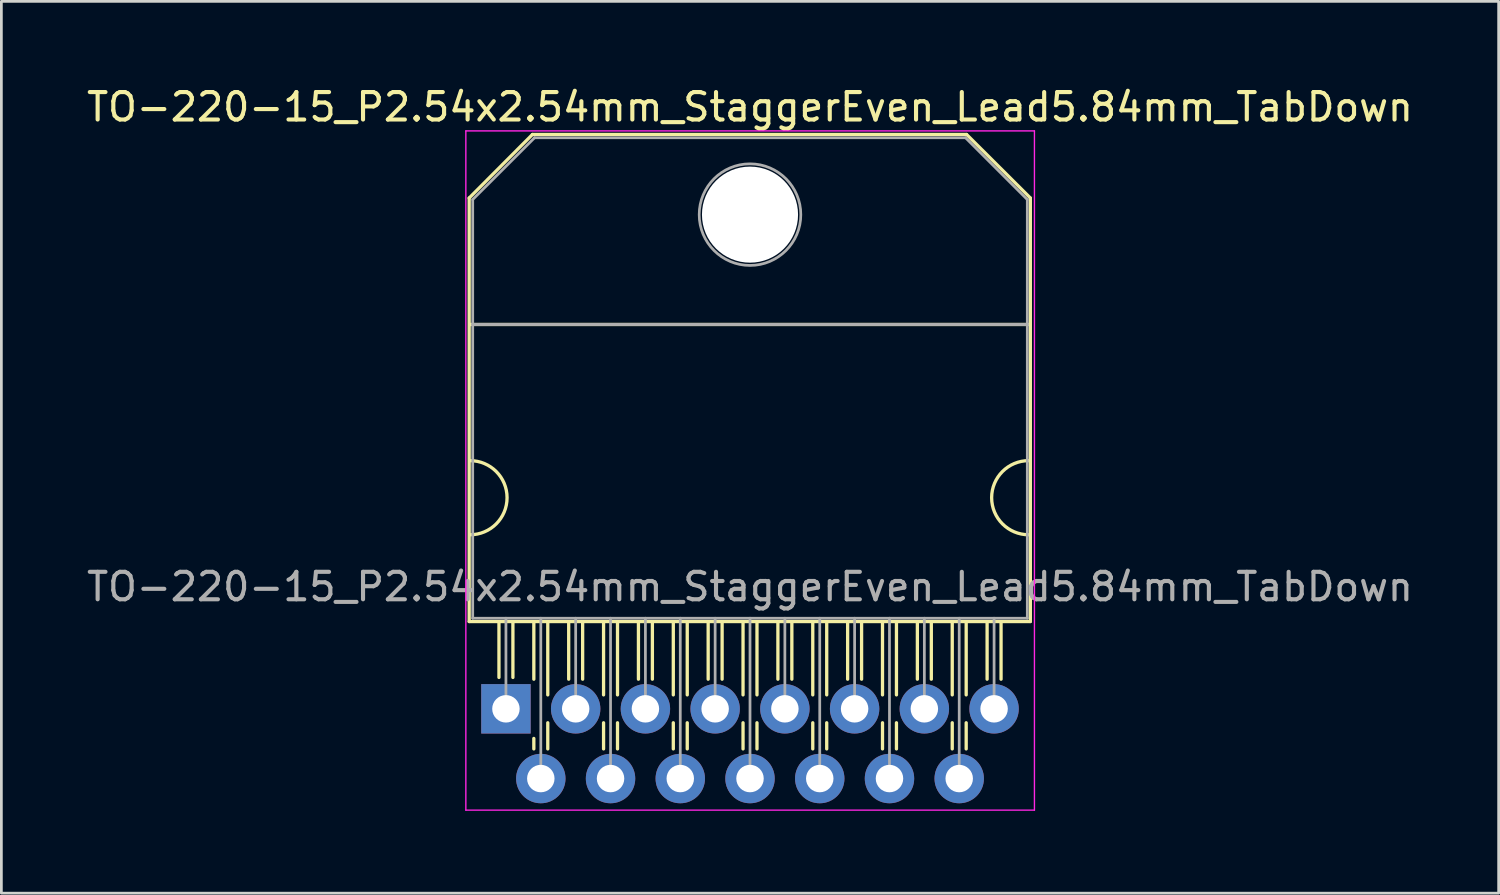
<source format=kicad_pcb>
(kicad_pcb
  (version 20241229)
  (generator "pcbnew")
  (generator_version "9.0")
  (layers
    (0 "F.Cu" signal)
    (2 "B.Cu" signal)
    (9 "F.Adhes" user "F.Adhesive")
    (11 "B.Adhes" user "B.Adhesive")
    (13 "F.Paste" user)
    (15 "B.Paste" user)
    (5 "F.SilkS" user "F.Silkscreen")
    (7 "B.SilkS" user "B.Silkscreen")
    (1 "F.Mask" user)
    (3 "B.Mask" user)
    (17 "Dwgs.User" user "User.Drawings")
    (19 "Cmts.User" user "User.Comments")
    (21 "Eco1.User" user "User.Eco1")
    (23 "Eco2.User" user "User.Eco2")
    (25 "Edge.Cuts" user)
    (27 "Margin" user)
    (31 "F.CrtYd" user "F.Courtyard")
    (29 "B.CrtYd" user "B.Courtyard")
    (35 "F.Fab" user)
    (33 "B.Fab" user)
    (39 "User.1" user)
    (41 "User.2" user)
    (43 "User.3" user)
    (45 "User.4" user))
  (footprint "TO-220-15_P2.54x2.54mm_StaggerEven_Lead5.84mm_TabDown"
    (layer "F.Cu")
    (at 15.378 22.768)
    (property "Reference" "TO-220-15_P2.54x2.54mm_StaggerEven_Lead5.84mm_TabDown" (at 8.89 -21.92 0) (layer "F.SilkS") (effects (font (size 1 1) (thickness 0.15))))
    (attr through_hole)
    (fp_line (start -1.339 -18.605) (end -1.339 -3.18) (stroke (width 0.12) (type solid)) (layer "F.SilkS"))
    (fp_line (start -1.339 -18.605) (end 0.966 -20.92) (stroke (width 0.12) (type solid)) (layer "F.SilkS"))
    (fp_line (start -1.339 -3.18) (end 19.101 -3.18) (stroke (width 0.12) (type solid)) (layer "F.SilkS"))
    (fp_line (start -1.309 -14) (end 19.041 -14) (stroke (width 0.12) (type solid)) (layer "F.SilkS"))
    (fp_line (start -0.254 -3.175) (end -0.254 -1.143) (stroke (width 0.12) (type solid)) (layer "F.SilkS"))
    (fp_line (start 0.254 -3.175) (end 0.254 -1.143) (stroke (width 0.12) (type solid)) (layer "F.SilkS"))
    (fp_line (start 0.966 -20.92) (end 16.777 -20.92) (stroke (width 0.12) (type solid)) (layer "F.SilkS"))
    (fp_line (start 1.016 -3.175) (end 1.016 -1.079) (stroke (width 0.12) (type solid)) (layer "F.SilkS"))
    (fp_line (start 1.016 1.079) (end 1.016 1.46) (stroke (width 0.12) (type solid)) (layer "F.SilkS"))
    (fp_line (start 1.524 -3.175) (end 1.524 -0.508) (stroke (width 0.12) (type solid)) (layer "F.SilkS"))
    (fp_line (start 1.524 0.508) (end 1.524 1.46) (stroke (width 0.12) (type solid)) (layer "F.SilkS"))
    (fp_line (start 2.286 -3.175) (end 2.286 -1.079) (stroke (width 0.12) (type solid)) (layer "F.SilkS"))
    (fp_line (start 2.794 -3.175) (end 2.794 -1.079) (stroke (width 0.12) (type solid)) (layer "F.SilkS"))
    (fp_line (start 3.556 -3.175) (end 3.556 -0.508) (stroke (width 0.12) (type solid)) (layer "F.SilkS"))
    (fp_line (start 3.556 0.508) (end 3.556 1.46) (stroke (width 0.12) (type solid)) (layer "F.SilkS"))
    (fp_line (start 4.064 -3.175) (end 4.064 -0.508) (stroke (width 0.12) (type solid)) (layer "F.SilkS"))
    (fp_line (start 4.064 0.508) (end 4.064 1.46) (stroke (width 0.12) (type solid)) (layer "F.SilkS"))
    (fp_line (start 4.826 -3.175) (end 4.826 -1.079) (stroke (width 0.12) (type solid)) (layer "F.SilkS"))
    (fp_line (start 5.334 -3.175) (end 5.334 -1.079) (stroke (width 0.12) (type solid)) (layer "F.SilkS"))
    (fp_line (start 6.096 -3.175) (end 6.096 -0.508) (stroke (width 0.12) (type solid)) (layer "F.SilkS"))
    (fp_line (start 6.096 0.508) (end 6.096 1.46) (stroke (width 0.12) (type solid)) (layer "F.SilkS"))
    (fp_line (start 6.604 -3.175) (end 6.604 -0.508) (stroke (width 0.12) (type solid)) (layer "F.SilkS"))
    (fp_line (start 6.604 0.508) (end 6.604 1.46) (stroke (width 0.12) (type solid)) (layer "F.SilkS"))
    (fp_line (start 7.366 -3.175) (end 7.366 -1.079) (stroke (width 0.12) (type solid)) (layer "F.SilkS"))
    (fp_line (start 7.874 -3.175) (end 7.874 -1.079) (stroke (width 0.12) (type solid)) (layer "F.SilkS"))
    (fp_line (start 8.636 -3.175) (end 8.636 -0.508) (stroke (width 0.12) (type solid)) (layer "F.SilkS"))
    (fp_line (start 8.636 0.508) (end 8.636 1.46) (stroke (width 0.12) (type solid)) (layer "F.SilkS"))
    (fp_line (start 9.144 -3.175) (end 9.144 -0.508) (stroke (width 0.12) (type solid)) (layer "F.SilkS"))
    (fp_line (start 9.144 0.508) (end 9.144 1.46) (stroke (width 0.12) (type solid)) (layer "F.SilkS"))
    (fp_line (start 9.906 -3.175) (end 9.906 -1.079) (stroke (width 0.12) (type solid)) (layer "F.SilkS"))
    (fp_line (start 10.414 -3.175) (end 10.414 -1.079) (stroke (width 0.12) (type solid)) (layer "F.SilkS"))
    (fp_line (start 11.176 -3.175) (end 11.176 -0.508) (stroke (width 0.12) (type solid)) (layer "F.SilkS"))
    (fp_line (start 11.176 0.508) (end 11.176 1.46) (stroke (width 0.12) (type solid)) (layer "F.SilkS"))
    (fp_line (start 11.684 -3.175) (end 11.684 -0.508) (stroke (width 0.12) (type solid)) (layer "F.SilkS"))
    (fp_line (start 11.684 0.508) (end 11.684 1.46) (stroke (width 0.12) (type solid)) (layer "F.SilkS"))
    (fp_line (start 12.446 -3.175) (end 12.446 -1.079) (stroke (width 0.12) (type solid)) (layer "F.SilkS"))
    (fp_line (start 12.954 -3.175) (end 12.954 -1.079) (stroke (width 0.12) (type solid)) (layer "F.SilkS"))
    (fp_line (start 13.716 -3.175) (end 13.716 -0.508) (stroke (width 0.12) (type solid)) (layer "F.SilkS"))
    (fp_line (start 13.716 0.508) (end 13.716 1.46) (stroke (width 0.12) (type solid)) (layer "F.SilkS"))
    (fp_line (start 14.224 -3.175) (end 14.224 -0.508) (stroke (width 0.12) (type solid)) (layer "F.SilkS"))
    (fp_line (start 14.224 0.508) (end 14.224 1.46) (stroke (width 0.12) (type solid)) (layer "F.SilkS"))
    (fp_line (start 14.986 -3.175) (end 14.986 -1.079) (stroke (width 0.12) (type solid)) (layer "F.SilkS"))
    (fp_line (start 15.494 -3.175) (end 15.494 -1.079) (stroke (width 0.12) (type solid)) (layer "F.SilkS"))
    (fp_line (start 16.256 -3.175) (end 16.256 -0.508) (stroke (width 0.12) (type solid)) (layer "F.SilkS"))
    (fp_line (start 16.256 0.508) (end 16.256 1.46) (stroke (width 0.12) (type solid)) (layer "F.SilkS"))
    (fp_line (start 16.764 -3.175) (end 16.764 -0.508) (stroke (width 0.12) (type solid)) (layer "F.SilkS"))
    (fp_line (start 16.764 0.508) (end 16.764 1.46) (stroke (width 0.12) (type solid)) (layer "F.SilkS"))
    (fp_line (start 17.526 -3.175) (end 17.526 -1.079) (stroke (width 0.12) (type solid)) (layer "F.SilkS"))
    (fp_line (start 18.034 -3.175) (end 18.034 -1.079) (stroke (width 0.12) (type solid)) (layer "F.SilkS"))
    (fp_line (start 19.101 -18.605) (end 16.777 -20.92) (stroke (width 0.12) (type solid)) (layer "F.SilkS"))
    (fp_line (start 19.101 -18.605) (end 19.101 -3.18) (stroke (width 0.12) (type solid)) (layer "F.SilkS"))
    (fp_arc (start -1.309 -9.04) (mid 0.041 -7.69) (end -1.309 -6.34) (stroke (width 0.12) (type solid)) (layer "F.SilkS"))
    (fp_arc (start 19.041 -6.34) (mid 17.691 -7.69) (end 19.041 -9.04) (stroke (width 0.12) (type solid)) (layer "F.SilkS"))
    (fp_line (start -1.46 -21.05) (end -1.46 3.69) (stroke (width 0.05) (type solid)) (layer "F.CrtYd"))
    (fp_line (start -1.46 3.69) (end 19.25 3.69) (stroke (width 0.05) (type solid)) (layer "F.CrtYd"))
    (fp_line (start 19.25 -21.05) (end -1.46 -21.05) (stroke (width 0.05) (type solid)) (layer "F.CrtYd"))
    (fp_line (start 19.25 3.69) (end 19.25 -21.05) (stroke (width 0.05) (type solid)) (layer "F.CrtYd"))
    (fp_line (start -1.21 -18.55) (end 1.041 -20.8) (stroke (width 0.1) (type solid)) (layer "F.Fab"))
    (fp_line (start -1.21 -14) (end -1.21 -18.55) (stroke (width 0.1) (type solid)) (layer "F.Fab"))
    (fp_line (start -1.21 -14) (end 18.99 -14) (stroke (width 0.1) (type solid)) (layer "F.Fab"))
    (fp_line (start -1.21 -3.3) (end -1.21 -14) (stroke (width 0.1) (type solid)) (layer "F.Fab"))
    (fp_line (start 0 -3.3) (end 0 0) (stroke (width 0.1) (type solid)) (layer "F.Fab"))
    (fp_line (start 1.041 -20.8) (end 16.74 -20.8) (stroke (width 0.1) (type solid)) (layer "F.Fab"))
    (fp_line (start 1.27 -3.3) (end 1.27 2.54) (stroke (width 0.1) (type solid)) (layer "F.Fab"))
    (fp_line (start 2.54 -3.3) (end 2.54 0) (stroke (width 0.1) (type solid)) (layer "F.Fab"))
    (fp_line (start 3.81 -3.3) (end 3.81 2.54) (stroke (width 0.1) (type solid)) (layer "F.Fab"))
    (fp_line (start 5.08 -3.3) (end 5.08 0) (stroke (width 0.1) (type solid)) (layer "F.Fab"))
    (fp_line (start 6.35 -3.3) (end 6.35 2.54) (stroke (width 0.1) (type solid)) (layer "F.Fab"))
    (fp_line (start 7.62 -3.3) (end 7.62 0) (stroke (width 0.1) (type solid)) (layer "F.Fab"))
    (fp_line (start 8.89 -3.3) (end 8.89 2.54) (stroke (width 0.1) (type solid)) (layer "F.Fab"))
    (fp_line (start 10.16 -3.3) (end 10.16 0) (stroke (width 0.1) (type solid)) (layer "F.Fab"))
    (fp_line (start 11.43 -3.3) (end 11.43 2.54) (stroke (width 0.1) (type solid)) (layer "F.Fab"))
    (fp_line (start 12.7 -3.3) (end 12.7 0) (stroke (width 0.1) (type solid)) (layer "F.Fab"))
    (fp_line (start 13.97 -3.3) (end 13.97 2.54) (stroke (width 0.1) (type solid)) (layer "F.Fab"))
    (fp_line (start 15.24 -3.3) (end 15.24 0) (stroke (width 0.1) (type solid)) (layer "F.Fab"))
    (fp_line (start 16.51 -3.3) (end 16.51 2.54) (stroke (width 0.1) (type solid)) (layer "F.Fab"))
    (fp_line (start 16.74 -20.8) (end 18.99 -18.55) (stroke (width 0.1) (type solid)) (layer "F.Fab"))
    (fp_line (start 17.78 -3.3) (end 17.78 0) (stroke (width 0.1) (type solid)) (layer "F.Fab"))
    (fp_line (start 18.99 -18.55) (end 18.99 -14) (stroke (width 0.1) (type solid)) (layer "F.Fab"))
    (fp_line (start 18.99 -14) (end -1.21 -14) (stroke (width 0.1) (type solid)) (layer "F.Fab"))
    (fp_line (start 18.99 -14) (end 18.99 -3.3) (stroke (width 0.1) (type solid)) (layer "F.Fab"))
    (fp_line (start 18.99 -3.3) (end -1.21 -3.3) (stroke (width 0.1) (type solid)) (layer "F.Fab"))
    (fp_circle (center 8.89 -18) (end 10.74 -18) (stroke (width 0.1) (type solid)) (fill no) (layer "F.Fab"))
    (fp_text user "${REFERENCE}" (at 8.89 -4.445 0) (layer "F.Fab") (effects (font (size 1 1) (thickness 0.15))))
    (pad "" np_thru_hole oval (at 8.89 -18) (size 3.5 3.5) (drill 3.5) (layers "*.Cu" "*.Mask"))
    (pad "1" thru_hole rect (at 0 0) (size 1.8 1.8) (drill 1) (layers "*.Cu" "*.Mask"))
    (pad "2" thru_hole oval (at 1.27 2.54) (size 1.8 1.8) (drill 1) (layers "*.Cu" "*.Mask"))
    (pad "3" thru_hole oval (at 2.54 0) (size 1.8 1.8) (drill 1) (layers "*.Cu" "*.Mask"))
    (pad "4" thru_hole oval (at 3.81 2.54) (size 1.8 1.8) (drill 1) (layers "*.Cu" "*.Mask"))
    (pad "5" thru_hole oval (at 5.08 0) (size 1.8 1.8) (drill 1) (layers "*.Cu" "*.Mask"))
    (pad "6" thru_hole oval (at 6.35 2.54) (size 1.8 1.8) (drill 1) (layers "*.Cu" "*.Mask"))
    (pad "7" thru_hole oval (at 7.62 0) (size 1.8 1.8) (drill 1) (layers "*.Cu" "*.Mask"))
    (pad "8" thru_hole oval (at 8.89 2.54) (size 1.8 1.8) (drill 1) (layers "*.Cu" "*.Mask"))
    (pad "9" thru_hole oval (at 10.16 0) (size 1.8 1.8) (drill 1) (layers "*.Cu" "*.Mask"))
    (pad "10" thru_hole oval (at 11.43 2.54) (size 1.8 1.8) (drill 1) (layers "*.Cu" "*.Mask"))
    (pad "11" thru_hole oval (at 12.7 0) (size 1.8 1.8) (drill 1) (layers "*.Cu" "*.Mask"))
    (pad "12" thru_hole oval (at 13.97 2.54) (size 1.8 1.8) (drill 1) (layers "*.Cu" "*.Mask"))
    (pad "13" thru_hole oval (at 15.24 0) (size 1.8 1.8) (drill 1) (layers "*.Cu" "*.Mask"))
    (pad "14" thru_hole oval (at 16.51 2.54) (size 1.8 1.8) (drill 1) (layers "*.Cu" "*.Mask"))
    (pad "15" thru_hole oval (at 17.78 0) (size 1.8 1.8) (drill 1) (layers "*.Cu" "*.Mask")))
  (gr_rect
    (start -3 -3)
    (end 51.536 29.483)
    (stroke (width 0.1) (type default))
    (fill no)
    (layer "Edge.Cuts")))
</source>
